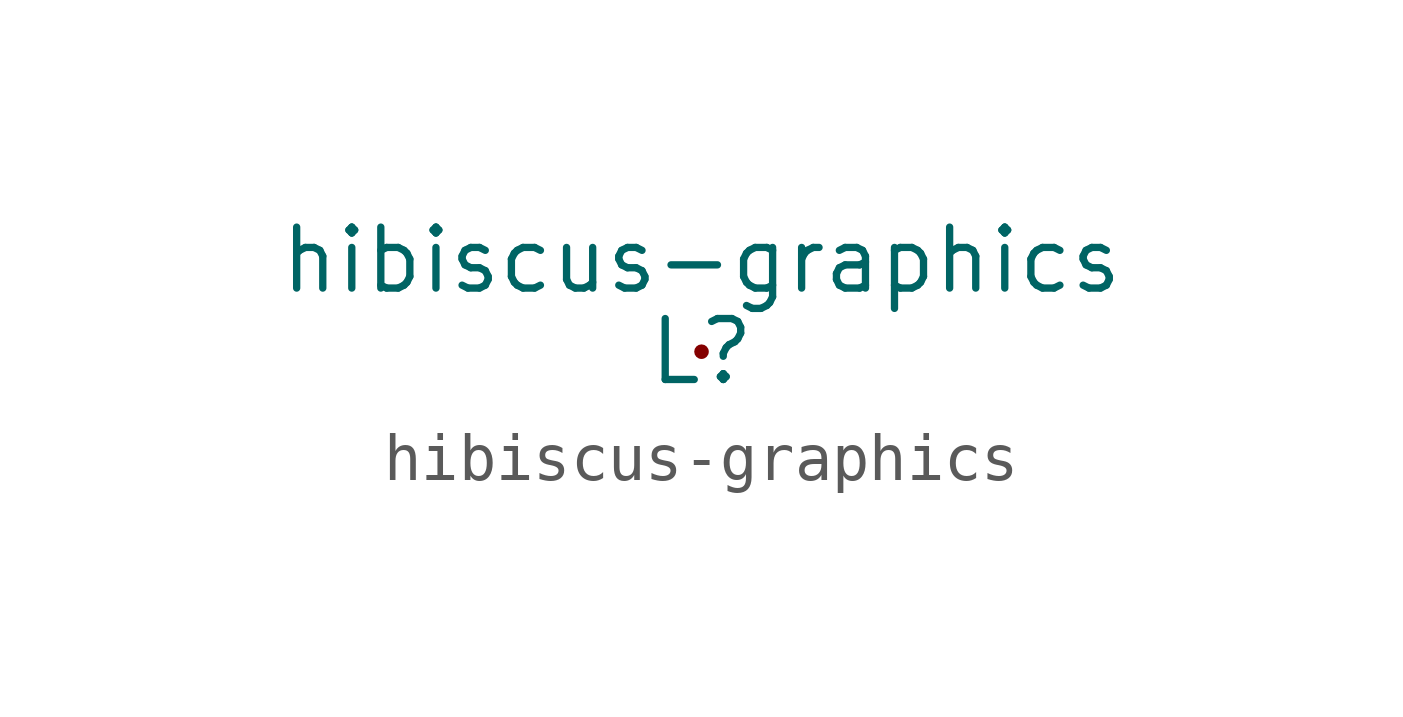
<source format=kicad_sym>
(kicad_symbol_lib
  (version 20211014)
  (generator kicad_symbol_editor)
  (symbol "hibiscus-graphics"
    (property "Reference" "L"
      (at 0 0 0)
      (effects (font (size 1.27 1.27))))
    (property "Value" "hibiscus-graphics"
      (at 0 1.905 0)
      (effects (font (size 1.27 1.27))))
    (symbol "hibiscus-graphics_0_1"
      (circle (center 0 0) (radius 0.0001) (stroke (width 0.152) (type default) (color 0 0 0 0)) (fill (type none))))))
</source>
